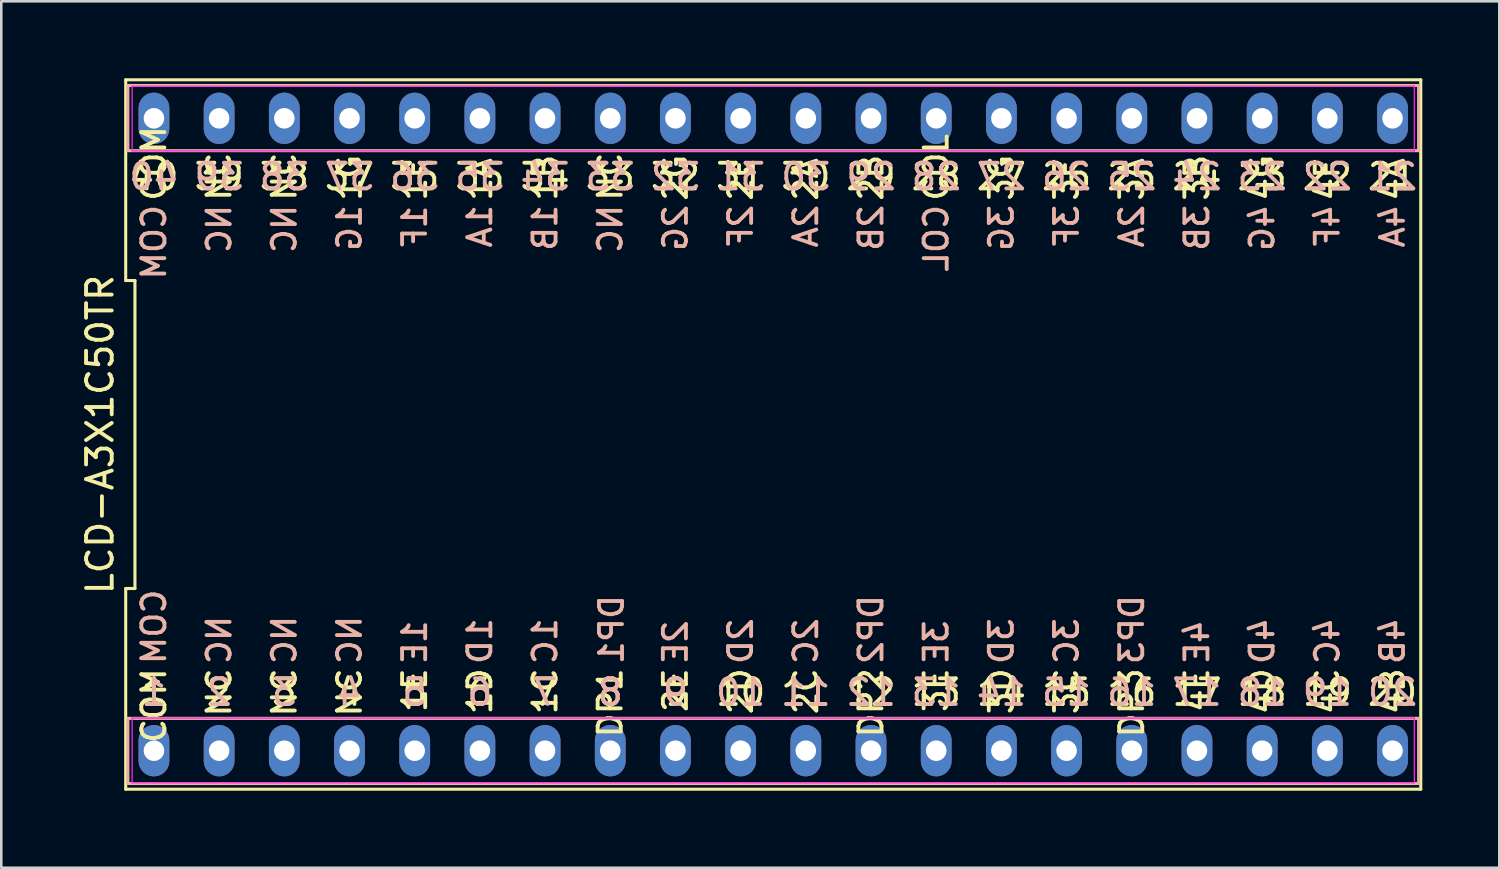
<source format=kicad_pcb>
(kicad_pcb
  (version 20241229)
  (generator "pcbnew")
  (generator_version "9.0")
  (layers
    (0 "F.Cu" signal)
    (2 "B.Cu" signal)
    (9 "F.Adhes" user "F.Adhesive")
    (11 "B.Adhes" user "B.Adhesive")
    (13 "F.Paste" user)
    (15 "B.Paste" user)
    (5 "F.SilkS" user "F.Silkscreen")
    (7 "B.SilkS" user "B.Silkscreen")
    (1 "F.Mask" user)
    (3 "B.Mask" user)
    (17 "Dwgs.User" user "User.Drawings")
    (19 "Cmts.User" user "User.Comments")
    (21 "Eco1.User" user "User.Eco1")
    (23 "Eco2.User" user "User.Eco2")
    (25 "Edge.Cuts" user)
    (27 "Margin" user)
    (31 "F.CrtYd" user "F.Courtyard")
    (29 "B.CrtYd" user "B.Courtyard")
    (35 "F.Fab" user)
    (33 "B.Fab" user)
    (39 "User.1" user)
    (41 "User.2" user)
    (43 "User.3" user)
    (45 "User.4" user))
  (footprint "LCD-A3X1C50TR"
    (layer "F.Cu")
    (at 27.078 13.88)
    (property "Reference" "LCD-A3X1C50TR" (at -26.23 0 90) (layer "F.SilkS") (effects (font (size 1 1) (thickness 0.15))))
    (attr through_hole)
    (fp_line (start -25.23 -13.82) (end -25.23 -6) (stroke (width 0.12) (type solid)) (layer "F.SilkS"))
    (fp_line (start -25.23 -6) (end -24.87 -6) (stroke (width 0.12) (type solid)) (layer "F.SilkS"))
    (fp_line (start -25.23 6) (end -25.23 13.82) (stroke (width 0.12) (type solid)) (layer "F.SilkS"))
    (fp_line (start -25.23 13.82) (end 25.23 13.82) (stroke (width 0.12) (type solid)) (layer "F.SilkS"))
    (fp_line (start -24.87 -6) (end -24.87 6) (stroke (width 0.12) (type solid)) (layer "F.SilkS"))
    (fp_line (start -24.87 6) (end -25.23 6) (stroke (width 0.12) (type solid)) (layer "F.SilkS"))
    (fp_line (start 25.23 -13.82) (end -25.23 -13.82) (stroke (width 0.12) (type solid)) (layer "F.SilkS"))
    (fp_line (start 25.23 13.82) (end 25.23 -13.82) (stroke (width 0.12) (type solid)) (layer "F.SilkS"))
    (fp_line (start -25.146 -13.6) (end -25.146 -11.06) (stroke (width 0.12) (type solid)) (layer "B.SilkS"))
    (fp_line (start -25.146 -11.06) (end 25.146 -11.06) (stroke (width 0.12) (type solid)) (layer "B.SilkS"))
    (fp_line (start -25.146 11.06) (end -25.146 13.6) (stroke (width 0.12) (type solid)) (layer "B.SilkS"))
    (fp_line (start -25.146 13.6) (end 25.146 13.6) (stroke (width 0.12) (type solid)) (layer "B.SilkS"))
    (fp_line (start 25.146 -13.6) (end -25.146 -13.6) (stroke (width 0.12) (type solid)) (layer "B.SilkS"))
    (fp_line (start 25.146 -11.06) (end 25.146 -13.6) (stroke (width 0.12) (type solid)) (layer "B.SilkS"))
    (fp_line (start 25.146 11.06) (end -25.146 11.06) (stroke (width 0.12) (type solid)) (layer "B.SilkS"))
    (fp_line (start 25.146 13.6) (end 25.146 11.06) (stroke (width 0.12) (type solid)) (layer "B.SilkS"))
    (fp_line (start -24.98 -13.57) (end -24.98 -11.05) (stroke (width 0.05) (type solid)) (layer "F.CrtYd"))
    (fp_line (start -24.98 -13.57) (end 24.98 -13.57) (stroke (width 0.05) (type solid)) (layer "F.CrtYd"))
    (fp_line (start -24.98 13.57) (end -24.98 11.05) (stroke (width 0.05) (type solid)) (layer "F.CrtYd"))
    (fp_line (start 24.98 -13.57) (end 24.98 -11.05) (stroke (width 0.05) (type solid)) (layer "F.CrtYd"))
    (fp_line (start 24.98 -11.05) (end -24.98 -11.05) (stroke (width 0.05) (type solid)) (layer "F.CrtYd"))
    (fp_line (start 24.98 11.05) (end -24.98 11.05) (stroke (width 0.05) (type solid)) (layer "F.CrtYd"))
    (fp_line (start 24.98 11.05) (end 24.98 13.57) (stroke (width 0.05) (type solid)) (layer "F.CrtYd"))
    (fp_line (start 24.98 13.57) (end -24.98 13.57) (stroke (width 0.05) (type solid)) (layer "F.CrtYd"))
    (fp_text user "COM" (at -24.13 9.028 270) (layer "F.SilkS") (effects (font (size 0.9 0.9) (thickness 0.15)) (justify right)))
    (fp_text user "11" (at 1.27 10.044 0) (layer "F.SilkS") (effects (font (size 1 1) (thickness 0.15))))
    (fp_text user "2F" (at -1.27 -9.028 270) (layer "F.SilkS") (effects (font (size 0.9 0.9) (thickness 0.15)) (justify left)))
    (fp_text user "NC" (at -6.35 -9.028 270) (layer "F.SilkS") (effects (font (size 0.9 0.9) (thickness 0.15)) (justify left)))
    (fp_text user "2B" (at 3.81 -9.028 270) (layer "F.SilkS") (effects (font (size 0.9 0.9) (thickness 0.15)) (justify left)))
    (fp_text user "3B" (at 16.51 -9.028 270) (layer "F.SilkS") (effects (font (size 0.9 0.9) (thickness 0.15)) (justify left)))
    (fp_text user "NC" (at -16.51 9.028 270) (layer "F.SilkS") (effects (font (size 0.9 0.9) (thickness 0.15)) (justify right)))
    (fp_text user "COM" (at -24.13 -9.028 270) (layer "F.SilkS") (effects (font (size 0.9 0.9) (thickness 0.15)) (justify left)))
    (fp_text user "3F" (at 11.43 -9.028 270) (layer "F.SilkS") (effects (font (size 0.9 0.9) (thickness 0.15)) (justify left)))
    (fp_text user "2" (at -21.59 10.044 0) (layer "F.SilkS") (effects (font (size 1 1) (thickness 0.15))))
    (fp_text user "10" (at -1.27 10.044 0) (layer "F.SilkS") (effects (font (size 1 1) (thickness 0.15))))
    (fp_text user "26" (at 11.43 -10.044 0) (layer "F.SilkS") (effects (font (size 1 1) (thickness 0.15))))
    (fp_text user "NC" (at -21.59 -9.028 270) (layer "F.SilkS") (effects (font (size 0.9 0.9) (thickness 0.15)) (justify left)))
    (fp_text user "3D" (at 8.89 9.028 270) (layer "F.SilkS") (effects (font (size 0.9 0.9) (thickness 0.15)) (justify right)))
    (fp_text user "3E" (at 6.35 9.028 270) (layer "F.SilkS") (effects (font (size 0.9 0.9) (thickness 0.15)) (justify right)))
    (fp_text user "40" (at -24.13 -10.044 0) (layer "F.SilkS") (effects (font (size 1 1) (thickness 0.15))))
    (fp_text user "20" (at 24.13 10.044 0) (layer "F.SilkS") (effects (font (size 1 1) (thickness 0.15))))
    (fp_text user "18" (at 19.05 10.044 0) (layer "F.SilkS") (effects (font (size 1 1) (thickness 0.15))))
    (fp_text user "33" (at -6.35 -10.044 0) (layer "F.SilkS") (effects (font (size 1 1) (thickness 0.15))))
    (fp_text user "4" (at -16.51 10.044 0) (layer "F.SilkS") (effects (font (size 1 1) (thickness 0.15))))
    (fp_text user "2A" (at 1.27 -9.028 270) (layer "F.SilkS") (effects (font (size 0.9 0.9) (thickness 0.15)) (justify left)))
    (fp_text user "2D" (at -1.27 9.028 270) (layer "F.SilkS") (effects (font (size 0.9 0.9) (thickness 0.15)) (justify right)))
    (fp_text user "1A" (at -11.43 -9.028 270) (layer "F.SilkS") (effects (font (size 0.9 0.9) (thickness 0.15)) (justify left)))
    (fp_text user "31" (at -1.27 -10.044 0) (layer "F.SilkS") (effects (font (size 1 1) (thickness 0.15))))
    (fp_text user "2C" (at 1.27 9.028 270) (layer "F.SilkS") (effects (font (size 0.9 0.9) (thickness 0.15)) (justify right)))
    (fp_text user "24" (at 16.51 -10.044 0) (layer "F.SilkS") (effects (font (size 1 1) (thickness 0.15))))
    (fp_text user "29" (at 3.81 -10.044 0) (layer "F.SilkS") (effects (font (size 1 1) (thickness 0.15))))
    (fp_text user "17" (at 16.51 10.044 0) (layer "F.SilkS") (effects (font (size 1 1) (thickness 0.15))))
    (fp_text user "22" (at 21.59 -10.044 0) (layer "F.SilkS") (effects (font (size 1 1) (thickness 0.15))))
    (fp_text user "5" (at -13.97 10.044 0) (layer "F.SilkS") (effects (font (size 1 1) (thickness 0.15))))
    (fp_text user "19" (at 21.59 10.044 0) (layer "F.SilkS") (effects (font (size 1 1) (thickness 0.15))))
    (fp_text user "38" (at -19.05 -10.044 0) (layer "F.SilkS") (effects (font (size 1 1) (thickness 0.15))))
    (fp_text user "4E" (at 16.51 9.028 270) (layer "F.SilkS") (effects (font (size 0.9 0.9) (thickness 0.15)) (justify right)))
    (fp_text user "NC" (at -19.05 9.028 270) (layer "F.SilkS") (effects (font (size 0.9 0.9) (thickness 0.15)) (justify right)))
    (fp_text user "14" (at 8.89 10.044 0) (layer "F.SilkS") (effects (font (size 1 1) (thickness 0.15))))
    (fp_text user "9" (at -3.81 10.044 0) (layer "F.SilkS") (effects (font (size 1 1) (thickness 0.15))))
    (fp_text user "21" (at 24.13 -10.044 0) (layer "F.SilkS") (effects (font (size 1 1) (thickness 0.15))))
    (fp_text user "23" (at 19.05 -10.044 0) (layer "F.SilkS") (effects (font (size 1 1) (thickness 0.15))))
    (fp_text user "COL" (at 6.35 -9.028 270) (layer "F.SilkS") (effects (font (size 0.9 0.9) (thickness 0.15)) (justify left)))
    (fp_text user "39" (at -21.59 -10.044 0) (layer "F.SilkS") (effects (font (size 1 1) (thickness 0.15))))
    (fp_text user "4C" (at 21.59 9.028 270) (layer "F.SilkS") (effects (font (size 0.9 0.9) (thickness 0.15)) (justify right)))
    (fp_text user "3" (at -19.05 10.044 0) (layer "F.SilkS") (effects (font (size 1 1) (thickness 0.15))))
    (fp_text user "2E" (at -3.81 9.028 270) (layer "F.SilkS") (effects (font (size 0.9 0.9) (thickness 0.15)) (justify right)))
    (fp_text user "32" (at -3.81 -10.044 0) (layer "F.SilkS") (effects (font (size 1 1) (thickness 0.15))))
    (fp_text user "34" (at -8.89 -10.044 0) (layer "F.SilkS") (effects (font (size 1 1) (thickness 0.15))))
    (fp_text user "1G" (at -16.51 -9.028 270) (layer "F.SilkS") (effects (font (size 0.9 0.9) (thickness 0.15)) (justify left)))
    (fp_text user "35" (at -11.43 -10.044 0) (layer "F.SilkS") (effects (font (size 1 1) (thickness 0.15))))
    (fp_text user "37" (at -16.51 -10.044 0) (layer "F.SilkS") (effects (font (size 1 1) (thickness 0.15))))
    (fp_text user "7" (at -8.89 10.044 0) (layer "F.SilkS") (effects (font (size 1 1) (thickness 0.15))))
    (fp_text user "4F" (at 21.59 -9.028 270) (layer "F.SilkS") (effects (font (size 0.9 0.9) (thickness 0.15)) (justify left)))
    (fp_text user "8" (at -6.35 10.044 0) (layer "F.SilkS") (effects (font (size 1 1) (thickness 0.15))))
    (fp_text user "28" (at 6.35 -10.044 0) (layer "F.SilkS") (effects (font (size 1 1) (thickness 0.15))))
    (fp_text user "DP3" (at 13.97 9.028 270) (layer "F.SilkS") (effects (font (size 0.9 0.9) (thickness 0.15)) (justify right)))
    (fp_text user "6" (at -11.43 10.044 0) (layer "F.SilkS") (effects (font (size 1 1) (thickness 0.15))))
    (fp_text user "DP2" (at 3.81 9.028 270) (layer "F.SilkS") (effects (font (size 0.9 0.9) (thickness 0.15)) (justify right)))
    (fp_text user "4B" (at 24.13 9.028 270) (layer "F.SilkS") (effects (font (size 0.9 0.9) (thickness 0.15)) (justify right)))
    (fp_text user "NC" (at -21.59 9.028 270) (layer "F.SilkS") (effects (font (size 0.9 0.9) (thickness 0.15)) (justify right)))
    (fp_text user "36" (at -13.97 -10.044 0) (layer "F.SilkS") (effects (font (size 1 1) (thickness 0.15))))
    (fp_text user "1B" (at -8.89 -9.028 270) (layer "F.SilkS") (effects (font (size 0.9 0.9) (thickness 0.15)) (justify left)))
    (fp_text user "3C" (at 11.43 9.028 270) (layer "F.SilkS") (effects (font (size 0.9 0.9) (thickness 0.15)) (justify right)))
    (fp_text user "13" (at 6.35 10.044 0) (layer "F.SilkS") (effects (font (size 1 1) (thickness 0.15))))
    (fp_text user "4G" (at 19.05 -9.028 270) (layer "F.SilkS") (effects (font (size 0.9 0.9) (thickness 0.15)) (justify left)))
    (fp_text user "1D" (at -11.43 9.028 270) (layer "F.SilkS") (effects (font (size 0.9 0.9) (thickness 0.15)) (justify right)))
    (fp_text user "27" (at 8.89 -10.044 0) (layer "F.SilkS") (effects (font (size 1 1) (thickness 0.15))))
    (fp_text user "1F" (at -13.97 -9.028 270) (layer "F.SilkS") (effects (font (size 0.9 0.9) (thickness 0.15)) (justify left)))
    (fp_text user "1C" (at -8.89 9.028 270) (layer "F.SilkS") (effects (font (size 0.9 0.9) (thickness 0.15)) (justify right)))
    (fp_text user "12" (at 3.81 10.044 0) (layer "F.SilkS") (effects (font (size 1 1) (thickness 0.15))))
    (fp_text user "25" (at 13.97 -10.044 0) (layer "F.SilkS") (effects (font (size 1 1) (thickness 0.15))))
    (fp_text user "4A" (at 24.13 -9.028 270) (layer "F.SilkS") (effects (font (size 0.9 0.9) (thickness 0.15)) (justify left)))
    (fp_text user "3G" (at 8.89 -9.028 270) (layer "F.SilkS") (effects (font (size 0.9 0.9) (thickness 0.15)) (justify left)))
    (fp_text user "1" (at -24.13 10.044 0) (layer "F.SilkS") (effects (font (size 1 1) (thickness 0.15))))
    (fp_text user "30" (at 1.27 -10.044 0) (layer "F.SilkS") (effects (font (size 1 1) (thickness 0.15))))
    (fp_text user "DP1" (at -6.35 9.028 270) (layer "F.SilkS") (effects (font (size 0.9 0.9) (thickness 0.15)) (justify right)))
    (fp_text user "3A" (at 13.97 -9.028 270) (layer "F.SilkS") (effects (font (size 0.9 0.9) (thickness 0.15)) (justify left)))
    (fp_text user "1E" (at -13.97 9.028 270) (layer "F.SilkS") (effects (font (size 0.9 0.9) (thickness 0.15)) (justify right)))
    (fp_text user "15" (at 11.43 10.044 0) (layer "F.SilkS") (effects (font (size 1 1) (thickness 0.15))))
    (fp_text user "2G" (at -3.81 -9.028 270) (layer "F.SilkS") (effects (font (size 0.9 0.9) (thickness 0.15)) (justify left)))
    (fp_text user "16" (at 13.97 10.044 0) (layer "F.SilkS") (effects (font (size 1 1) (thickness 0.15))))
    (fp_text user "4D" (at 19.05 9.028 270) (layer "F.SilkS") (effects (font (size 0.9 0.9) (thickness 0.15)) (justify right)))
    (fp_text user "NC" (at -19.05 -9.028 270) (layer "F.SilkS") (effects (font (size 0.9 0.9) (thickness 0.15)) (justify left)))
    (fp_text user "1E" (at -13.97 9.028 90) (layer "B.SilkS") (effects (font (size 0.9 0.9) (thickness 0.15)) (justify right mirror)))
    (fp_text user "11" (at 1.27 10.044 0) (layer "B.SilkS") (effects (font (size 1 1) (thickness 0.15)) (justify mirror)))
    (fp_text user "3F" (at 11.43 -9.028 90) (layer "B.SilkS") (effects (font (size 0.9 0.9) (thickness 0.15)) (justify left mirror)))
    (fp_text user "DP2" (at 3.81 9.028 90) (layer "B.SilkS") (effects (font (size 0.9 0.9) (thickness 0.15)) (justify right mirror)))
    (fp_text user "4C" (at 21.59 9.028 90) (layer "B.SilkS") (effects (font (size 0.9 0.9) (thickness 0.15)) (justify right mirror)))
    (fp_text user "26" (at 11.43 -10.044 0) (layer "B.SilkS") (effects (font (size 1 1) (thickness 0.15)) (justify mirror)))
    (fp_text user "4F" (at 21.59 -9.028 90) (layer "B.SilkS") (effects (font (size 0.9 0.9) (thickness 0.15)) (justify left mirror)))
    (fp_text user "31" (at -1.27 -10.044 0) (layer "B.SilkS") (effects (font (size 1 1) (thickness 0.15)) (justify mirror)))
    (fp_text user "5" (at -13.97 10.044 0) (layer "B.SilkS") (effects (font (size 1 1) (thickness 0.15)) (justify mirror)))
    (fp_text user "NC" (at -16.51 9.028 90) (layer "B.SilkS") (effects (font (size 0.9 0.9) (thickness 0.15)) (justify right mirror)))
    (fp_text user "1F" (at -13.97 -9 90) (layer "B.SilkS") (effects (font (size 0.9 0.9) (thickness 0.15)) (justify left mirror)))
    (fp_text user "40" (at -24.13 -10.044 0) (layer "B.SilkS") (effects (font (size 1 1) (thickness 0.15)) (justify mirror)))
    (fp_text user "23" (at 19.05 -10.044 0) (layer "B.SilkS") (effects (font (size 1 1) (thickness 0.15)) (justify mirror)))
    (fp_text user "2C" (at 1.27 9.028 90) (layer "B.SilkS") (effects (font (size 0.9 0.9) (thickness 0.15)) (justify right mirror)))
    (fp_text user "2A" (at 1.27 -9.028 90) (layer "B.SilkS") (effects (font (size 0.9 0.9) (thickness 0.15)) (justify left mirror)))
    (fp_text user "14" (at 8.89 10.044 0) (layer "B.SilkS") (effects (font (size 1 1) (thickness 0.15)) (justify mirror)))
    (fp_text user "1B" (at -8.89 -9.028 90) (layer "B.SilkS") (effects (font (size 0.9 0.9) (thickness 0.15)) (justify left mirror)))
    (fp_text user "4" (at -16.51 10.044 0) (layer "B.SilkS") (effects (font (size 1 1) (thickness 0.15)) (justify mirror)))
    (fp_text user "25" (at 13.97 -10.044 0) (layer "B.SilkS") (effects (font (size 1 1) (thickness 0.15)) (justify mirror)))
    (fp_text user "16" (at 13.97 10.044 0) (layer "B.SilkS") (effects (font (size 1 1) (thickness 0.15)) (justify mirror)))
    (fp_text user "7" (at -8.89 10.044 0) (layer "B.SilkS") (effects (font (size 1 1) (thickness 0.15)) (justify mirror)))
    (fp_text user "12" (at 3.81 10.044 0) (layer "B.SilkS") (effects (font (size 1 1) (thickness 0.15)) (justify mirror)))
    (fp_text user "3G" (at 8.89 -9.028 90) (layer "B.SilkS") (effects (font (size 0.9 0.9) (thickness 0.15)) (justify left mirror)))
    (fp_text user "17" (at 16.51 10.044 0) (layer "B.SilkS") (effects (font (size 1 1) (thickness 0.15)) (justify mirror)))
    (fp_text user "1A" (at -11.43 -9.028 90) (layer "B.SilkS") (effects (font (size 0.9 0.9) (thickness 0.15)) (justify left mirror)))
    (fp_text user "6" (at -11.43 10.044 0) (layer "B.SilkS") (effects (font (size 1 1) (thickness 0.15)) (justify mirror)))
    (fp_text user "27" (at 8.89 -10.044 0) (layer "B.SilkS") (effects (font (size 1 1) (thickness 0.15)) (justify mirror)))
    (fp_text user "34" (at -8.89 -10.044 0) (layer "B.SilkS") (effects (font (size 1 1) (thickness 0.15)) (justify mirror)))
    (fp_text user "3" (at -19.05 10.044 0) (layer "B.SilkS") (effects (font (size 1 1) (thickness 0.15)) (justify mirror)))
    (fp_text user "2E" (at -3.81 9.028 90) (layer "B.SilkS") (effects (font (size 0.9 0.9) (thickness 0.15)) (justify right mirror)))
    (fp_text user "37" (at -16.51 -10.044 0) (layer "B.SilkS") (effects (font (size 1 1) (thickness 0.15)) (justify mirror)))
    (fp_text user "1" (at -24.13 10.044 0) (layer "B.SilkS") (effects (font (size 1 1) (thickness 0.15)) (justify mirror)))
    (fp_text user "24" (at 16.51 -10.044 0) (layer "B.SilkS") (effects (font (size 1 1) (thickness 0.15)) (justify mirror)))
    (fp_text user "8" (at -6.35 10.044 0) (layer "B.SilkS") (effects (font (size 1 1) (thickness 0.15)) (justify mirror)))
    (fp_text user "38" (at -19.05 -10.044 0) (layer "B.SilkS") (effects (font (size 1 1) (thickness 0.15)) (justify mirror)))
    (fp_text user "COM" (at -24.13 9.028 90) (layer "B.SilkS") (effects (font (size 0.9 0.9) (thickness 0.15)) (justify right mirror)))
    (fp_text user "29" (at 3.81 -10.044 0) (layer "B.SilkS") (effects (font (size 1 1) (thickness 0.15)) (justify mirror)))
    (fp_text user "2G" (at -3.81 -9.028 90) (layer "B.SilkS") (effects (font (size 0.9 0.9) (thickness 0.15)) (justify left mirror)))
    (fp_text user "2A" (at 13.97 -9.028 90) (layer "B.SilkS") (effects (font (size 0.9 0.9) (thickness 0.15)) (justify left mirror)))
    (fp_text user "1C" (at -8.89 9.028 90) (layer "B.SilkS") (effects (font (size 0.9 0.9) (thickness 0.15)) (justify right mirror)))
    (fp_text user "2D" (at -1.27 9.028 90) (layer "B.SilkS") (effects (font (size 0.9 0.9) (thickness 0.15)) (justify right mirror)))
    (fp_text user "32" (at -3.81 -10.044 0) (layer "B.SilkS") (effects (font (size 1 1) (thickness 0.15)) (justify mirror)))
    (fp_text user "33" (at -6.35 -10.044 0) (layer "B.SilkS") (effects (font (size 1 1) (thickness 0.15)) (justify mirror)))
    (fp_text user "20" (at 24.13 10.044 0) (layer "B.SilkS") (effects (font (size 1 1) (thickness 0.15)) (justify mirror)))
    (fp_text user "COM" (at -24.13 -9.028 90) (layer "B.SilkS") (effects (font (size 0.9 0.9) (thickness 0.15)) (justify left mirror)))
    (fp_text user "4E" (at 16.51 9.028 90) (layer "B.SilkS") (effects (font (size 0.9 0.9) (thickness 0.15)) (justify right mirror)))
    (fp_text user "3D" (at 8.89 9.028 90) (layer "B.SilkS") (effects (font (size 0.9 0.9) (thickness 0.15)) (justify right mirror)))
    (fp_text user "NC" (at -19.05 9.028 90) (layer "B.SilkS") (effects (font (size 0.9 0.9) (thickness 0.15)) (justify right mirror)))
    (fp_text user "22" (at 21.59 -10.044 0) (layer "B.SilkS") (effects (font (size 1 1) (thickness 0.15)) (justify mirror)))
    (fp_text user "4D" (at 19.05 9.028 90) (layer "B.SilkS") (effects (font (size 0.9 0.9) (thickness 0.15)) (justify right mirror)))
    (fp_text user "4A" (at 24.13 -9.028 90) (layer "B.SilkS") (effects (font (size 0.9 0.9) (thickness 0.15)) (justify left mirror)))
    (fp_text user "NC" (at -21.59 9.028 90) (layer "B.SilkS") (effects (font (size 0.9 0.9) (thickness 0.15)) (justify right mirror)))
    (fp_text user "NC" (at -19.05 -9.028 90) (layer "B.SilkS") (effects (font (size 0.9 0.9) (thickness 0.15)) (justify left mirror)))
    (fp_text user "NC" (at -6.35 -9.028 90) (layer "B.SilkS") (effects (font (size 0.9 0.9) (thickness 0.15)) (justify left mirror)))
    (fp_text user "30" (at 1.27 -10.044 0) (layer "B.SilkS") (effects (font (size 1 1) (thickness 0.15)) (justify mirror)))
    (fp_text user "18" (at 19.05 10.044 0) (layer "B.SilkS") (effects (font (size 1 1) (thickness 0.15)) (justify mirror)))
    (fp_text user "9" (at -3.81 10.044 0) (layer "B.SilkS") (effects (font (size 1 1) (thickness 0.15)) (justify mirror)))
    (fp_text user "1D" (at -11.43 9.028 90) (layer "B.SilkS") (effects (font (size 0.9 0.9) (thickness 0.15)) (justify right mirror)))
    (fp_text user "10" (at -1.27 10.044 0) (layer "B.SilkS") (effects (font (size 1 1) (thickness 0.15)) (justify mirror)))
    (fp_text user "13" (at 6.35 10.044 0) (layer "B.SilkS") (effects (font (size 1 1) (thickness 0.15)) (justify mirror)))
    (fp_text user "2B" (at 3.81 -9.028 90) (layer "B.SilkS") (effects (font (size 0.9 0.9) (thickness 0.15)) (justify left mirror)))
    (fp_text user "2" (at -21.59 10.044 0) (layer "B.SilkS") (effects (font (size 1 1) (thickness 0.15)) (justify mirror)))
    (fp_text user "28" (at 6.35 -10.044 0) (layer "B.SilkS") (effects (font (size 1 1) (thickness 0.15)) (justify mirror)))
    (fp_text user "3E" (at 6.35 9.028 90) (layer "B.SilkS") (effects (font (size 0.9 0.9) (thickness 0.15)) (justify right mirror)))
    (fp_text user "36" (at -13.97 -10.044 0) (layer "B.SilkS") (effects (font (size 1 1) (thickness 0.15)) (justify mirror)))
    (fp_text user "21" (at 24.13 -10.044 0) (layer "B.SilkS") (effects (font (size 1 1) (thickness 0.15)) (justify mirror)))
    (fp_text user "2F" (at -1.27 -9.028 90) (layer "B.SilkS") (effects (font (size 0.9 0.9) (thickness 0.15)) (justify left mirror)))
    (fp_text user "COL" (at 6.35 -9.028 90) (layer "B.SilkS") (effects (font (size 0.9 0.9) (thickness 0.15)) (justify left mirror)))
    (fp_text user "DP1" (at -6.3 9.028 90) (layer "B.SilkS") (effects (font (size 0.9 0.9) (thickness 0.15)) (justify right mirror)))
    (fp_text user "3B" (at 16.51 -9.028 90) (layer "B.SilkS") (effects (font (size 0.9 0.9) (thickness 0.15)) (justify left mirror)))
    (fp_text user "35" (at -11.43 -10.044 0) (layer "B.SilkS") (effects (font (size 1 1) (thickness 0.15)) (justify mirror)))
    (fp_text user "DP3" (at 13.97 9.028 90) (layer "B.SilkS") (effects (font (size 0.9 0.9) (thickness 0.15)) (justify right mirror)))
    (fp_text user "4B" (at 24.13 9.028 90) (layer "B.SilkS") (effects (font (size 0.9 0.9) (thickness 0.15)) (justify right mirror)))
    (fp_text user "1G" (at -16.51 -9.028 90) (layer "B.SilkS") (effects (font (size 0.9 0.9) (thickness 0.15)) (justify left mirror)))
    (fp_text user "19" (at 21.59 10.044 0) (layer "B.SilkS") (effects (font (size 1 1) (thickness 0.15)) (justify mirror)))
    (fp_text user "NC" (at -21.59 -9.028 90) (layer "B.SilkS") (effects (font (size 0.9 0.9) (thickness 0.15)) (justify left mirror)))
    (fp_text user "4G" (at 19.05 -9.028 90) (layer "B.SilkS") (effects (font (size 0.9 0.9) (thickness 0.15)) (justify left mirror)))
    (fp_text user "3C" (at 11.43 9.028 90) (layer "B.SilkS") (effects (font (size 0.9 0.9) (thickness 0.15)) (justify right mirror)))
    (fp_text user "39" (at -21.59 -10.044 0) (layer "B.SilkS") (effects (font (size 1 1) (thickness 0.15)) (justify mirror)))
    (fp_text user "15" (at 11.43 10.044 0) (layer "B.SilkS") (effects (font (size 1 1) (thickness 0.15)) (justify mirror)))
    (pad "1" thru_hole oval (at -24.13 12.32) (size 1.2 2) (drill 0.8) (layers "*.Cu" "*.Mask"))
    (pad "2" thru_hole oval (at -21.59 12.32) (size 1.2 2) (drill 0.8) (layers "*.Cu" "*.Mask"))
    (pad "3" thru_hole oval (at -19.05 12.32) (size 1.2 2) (drill 0.8) (layers "*.Cu" "*.Mask"))
    (pad "4" thru_hole oval (at -16.51 12.32) (size 1.2 2) (drill 0.8) (layers "*.Cu" "*.Mask"))
    (pad "5" thru_hole oval (at -13.97 12.32) (size 1.2 2) (drill 0.8) (layers "*.Cu" "*.Mask"))
    (pad "6" thru_hole oval (at -11.43 12.32) (size 1.2 2) (drill 0.8) (layers "*.Cu" "*.Mask"))
    (pad "7" thru_hole oval (at -8.89 12.32) (size 1.2 2) (drill 0.8) (layers "*.Cu" "*.Mask"))
    (pad "8" thru_hole oval (at -6.35 12.32) (size 1.2 2) (drill 0.8) (layers "*.Cu" "*.Mask"))
    (pad "9" thru_hole oval (at -3.81 12.32) (size 1.2 2) (drill 0.8) (layers "*.Cu" "*.Mask"))
    (pad "10" thru_hole oval (at -1.27 12.32) (size 1.2 2) (drill 0.8) (layers "*.Cu" "*.Mask"))
    (pad "11" thru_hole oval (at 1.27 12.32) (size 1.2 2) (drill 0.8) (layers "*.Cu" "*.Mask"))
    (pad "12" thru_hole oval (at 3.81 12.32) (size 1.2 2) (drill 0.8) (layers "*.Cu" "*.Mask"))
    (pad "13" thru_hole oval (at 6.35 12.32) (size 1.2 2) (drill 0.8) (layers "*.Cu" "*.Mask"))
    (pad "14" thru_hole oval (at 8.89 12.32) (size 1.2 2) (drill 0.8) (layers "*.Cu" "*.Mask"))
    (pad "15" thru_hole oval (at 11.43 12.32) (size 1.2 2) (drill 0.8) (layers "*.Cu" "*.Mask"))
    (pad "16" thru_hole oval (at 13.97 12.32) (size 1.2 2) (drill 0.8) (layers "*.Cu" "*.Mask"))
    (pad "17" thru_hole oval (at 16.51 12.32) (size 1.2 2) (drill 0.8) (layers "*.Cu" "*.Mask"))
    (pad "18" thru_hole oval (at 19.05 12.32) (size 1.2 2) (drill 0.8) (layers "*.Cu" "*.Mask"))
    (pad "19" thru_hole oval (at 21.59 12.32) (size 1.2 2) (drill 0.8) (layers "*.Cu" "*.Mask"))
    (pad "20" thru_hole oval (at 24.13 12.32) (size 1.2 2) (drill 0.8) (layers "*.Cu" "*.Mask"))
    (pad "21" thru_hole oval (at 24.13 -12.32) (size 1.2 2) (drill 0.8) (layers "*.Cu" "*.Mask"))
    (pad "22" thru_hole oval (at 21.59 -12.32) (size 1.2 2) (drill 0.8) (layers "*.Cu" "*.Mask"))
    (pad "23" thru_hole oval (at 19.05 -12.32) (size 1.2 2) (drill 0.8) (layers "*.Cu" "*.Mask"))
    (pad "24" thru_hole oval (at 16.51 -12.32) (size 1.2 2) (drill 0.8) (layers "*.Cu" "*.Mask"))
    (pad "25" thru_hole oval (at 13.97 -12.32) (size 1.2 2) (drill 0.8) (layers "*.Cu" "*.Mask"))
    (pad "26" thru_hole oval (at 11.43 -12.32) (size 1.2 2) (drill 0.8) (layers "*.Cu" "*.Mask"))
    (pad "27" thru_hole oval (at 8.89 -12.32) (size 1.2 2) (drill 0.8) (layers "*.Cu" "*.Mask"))
    (pad "28" thru_hole oval (at 6.35 -12.32) (size 1.2 2) (drill 0.8) (layers "*.Cu" "*.Mask"))
    (pad "29" thru_hole oval (at 3.81 -12.32) (size 1.2 2) (drill 0.8) (layers "*.Cu" "*.Mask"))
    (pad "30" thru_hole oval (at 1.27 -12.32) (size 1.2 2) (drill 0.8) (layers "*.Cu" "*.Mask"))
    (pad "31" thru_hole oval (at -1.27 -12.32) (size 1.2 2) (drill 0.8) (layers "*.Cu" "*.Mask"))
    (pad "32" thru_hole oval (at -3.81 -12.32) (size 1.2 2) (drill 0.8) (layers "*.Cu" "*.Mask"))
    (pad "33" thru_hole oval (at -6.35 -12.32) (size 1.2 2) (drill 0.8) (layers "*.Cu" "*.Mask"))
    (pad "34" thru_hole oval (at -8.89 -12.32) (size 1.2 2) (drill 0.8) (layers "*.Cu" "*.Mask"))
    (pad "35" thru_hole oval (at -11.43 -12.32) (size 1.2 2) (drill 0.8) (layers "*.Cu" "*.Mask"))
    (pad "36" thru_hole oval (at -13.97 -12.32) (size 1.2 2) (drill 0.8) (layers "*.Cu" "*.Mask"))
    (pad "37" thru_hole oval (at -16.51 -12.32) (size 1.2 2) (drill 0.8) (layers "*.Cu" "*.Mask"))
    (pad "38" thru_hole oval (at -19.05 -12.32) (size 1.2 2) (drill 0.8) (layers "*.Cu" "*.Mask"))
    (pad "39" thru_hole oval (at -21.59 -12.32) (size 1.2 2) (drill 0.8) (layers "*.Cu" "*.Mask"))
    (pad "40" thru_hole oval (at -24.13 -12.32) (size 1.2 2) (drill 0.8) (layers "*.Cu" "*.Mask")))
  (gr_rect
    (start -3 -3)
    (end 55.368 30.76)
    (stroke (width 0.1) (type default))
    (fill no)
    (layer "Edge.Cuts")))
</source>
